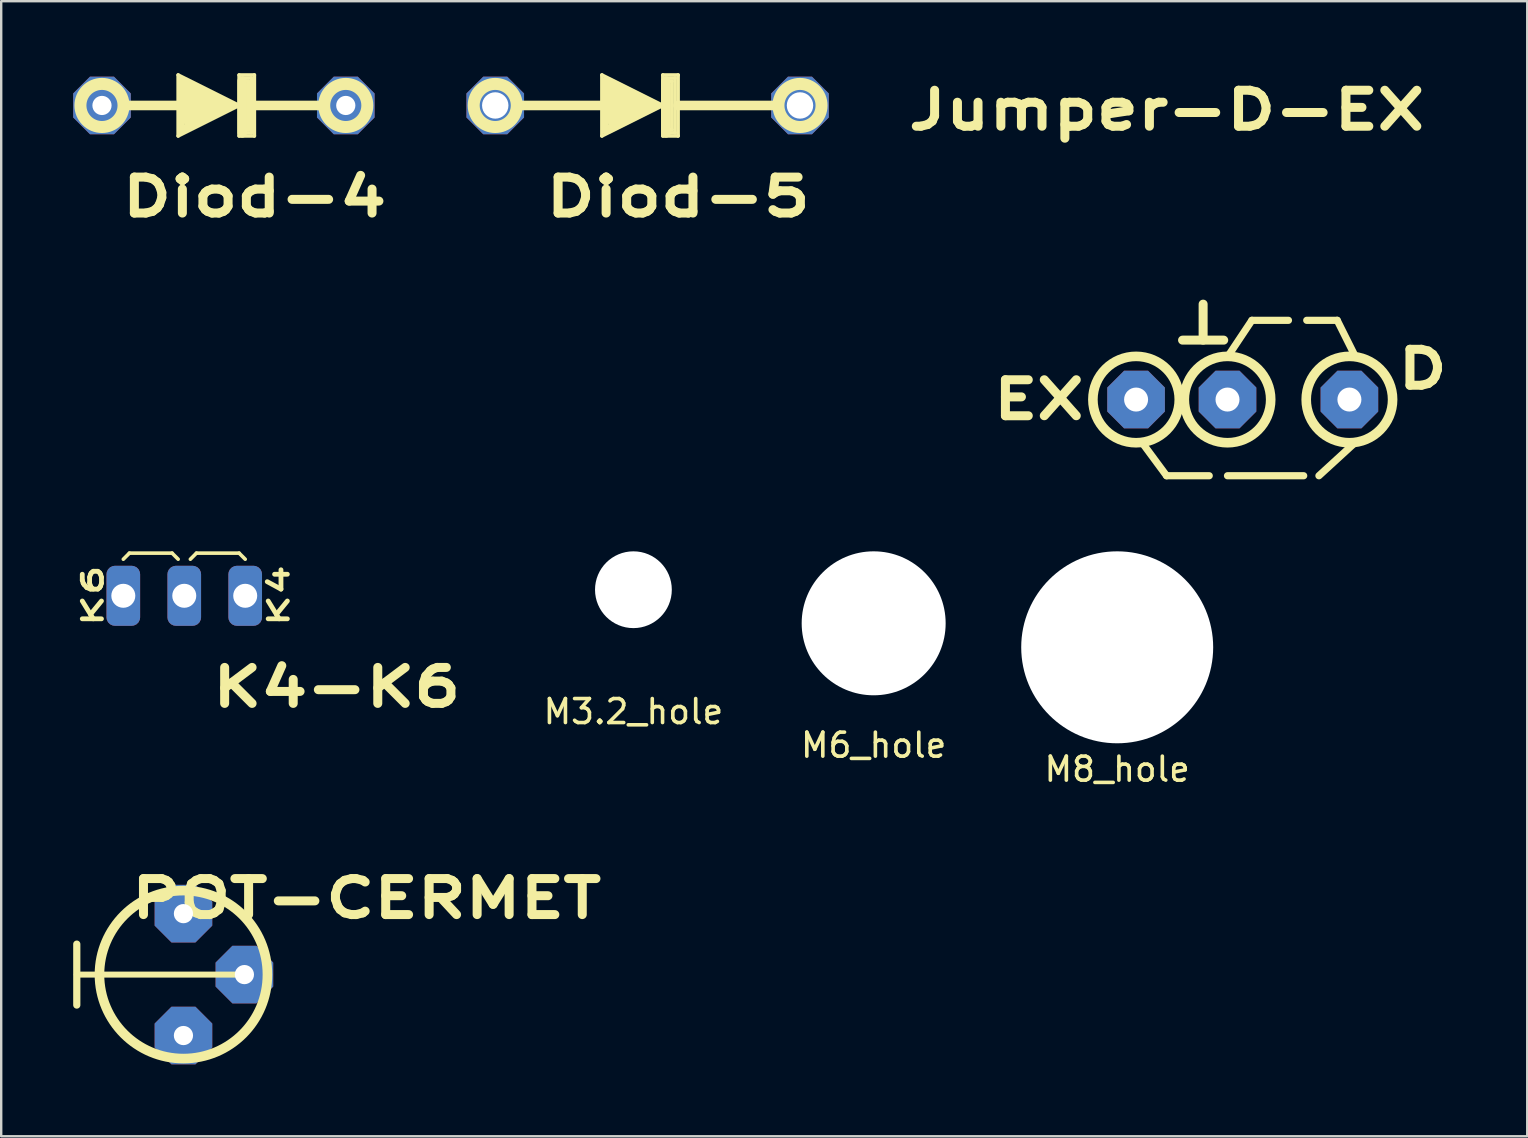
<source format=kicad_pcb>
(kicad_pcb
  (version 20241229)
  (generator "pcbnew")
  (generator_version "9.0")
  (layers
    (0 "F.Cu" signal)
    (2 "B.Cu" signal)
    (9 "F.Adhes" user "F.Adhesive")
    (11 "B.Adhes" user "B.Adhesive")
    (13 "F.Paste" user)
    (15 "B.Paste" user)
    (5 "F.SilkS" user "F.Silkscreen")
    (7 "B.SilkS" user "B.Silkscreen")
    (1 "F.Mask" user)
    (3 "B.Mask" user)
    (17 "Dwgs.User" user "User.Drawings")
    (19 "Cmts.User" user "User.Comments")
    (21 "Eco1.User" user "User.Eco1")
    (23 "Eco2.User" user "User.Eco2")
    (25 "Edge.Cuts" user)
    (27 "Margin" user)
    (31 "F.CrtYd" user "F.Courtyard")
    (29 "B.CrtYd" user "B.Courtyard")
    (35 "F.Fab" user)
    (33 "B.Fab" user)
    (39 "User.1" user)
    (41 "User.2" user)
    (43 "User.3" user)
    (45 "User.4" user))
  (footprint "Diod-4"
    (layer "F.Cu")
    (at 6.28 1.345)
    (property "Reference" "Diod-4" (at 1.27 3.81 0) (layer "F.SilkS") (effects (font (size 1.5 2) (thickness 0.375))))
    (attr through_hole)
    (fp_line (start -1.905 -1.27) (end -1.905 1.27) (stroke (width 0.15) (type solid)) (layer "F.SilkS"))
    (fp_line (start -1.905 1.27) (end 0.635 0) (stroke (width 0.15) (type solid)) (layer "F.SilkS"))
    (fp_line (start -1.778 -1.016) (end 0.254 0) (stroke (width 0.3) (type solid)) (layer "F.SilkS"))
    (fp_line (start -1.778 1.016) (end -1.778 -1.016) (stroke (width 0.3) (type solid)) (layer "F.SilkS"))
    (fp_line (start -1.524 -0.508) (end -1.524 0.381) (stroke (width 0.8) (type solid)) (layer "F.SilkS"))
    (fp_line (start -1.524 0.381) (end -0.635 0) (stroke (width 0.8) (type solid)) (layer "F.SilkS"))
    (fp_line (start -0.635 0) (end -1.524 -0.508) (stroke (width 0.8) (type solid)) (layer "F.SilkS"))
    (fp_line (start 0.254 0) (end -4.182 0) (stroke (width 0.4) (type solid)) (layer "F.SilkS"))
    (fp_line (start 0.254 0) (end -1.778 1.016) (stroke (width 0.3) (type solid)) (layer "F.SilkS"))
    (fp_line (start 0.381 0) (end 0.508 0) (stroke (width 0.15) (type solid)) (layer "F.SilkS"))
    (fp_line (start 0.635 -1.27) (end 1.27 -1.27) (stroke (width 0.15) (type solid)) (layer "F.SilkS"))
    (fp_line (start 0.635 0) (end -1.905 -1.27) (stroke (width 0.15) (type solid)) (layer "F.SilkS"))
    (fp_line (start 0.635 1.27) (end 0.635 -1.27) (stroke (width 0.15) (type solid)) (layer "F.SilkS"))
    (fp_line (start 0.762 -1.143) (end 1.143 -1.143) (stroke (width 0.15) (type solid)) (layer "F.SilkS"))
    (fp_line (start 0.762 -1.016) (end 1.016 -1.016) (stroke (width 0.15) (type solid)) (layer "F.SilkS"))
    (fp_line (start 0.762 1.143) (end 0.762 -1.016) (stroke (width 0.4) (type solid)) (layer "F.SilkS"))
    (fp_line (start 0.889 1.016) (end 0.889 -0.889) (stroke (width 0.15) (type solid)) (layer "F.SilkS"))
    (fp_line (start 1.016 -1.016) (end 1.016 1.016) (stroke (width 0.15) (type solid)) (layer "F.SilkS"))
    (fp_line (start 1.016 1.016) (end 0.889 1.016) (stroke (width 0.15) (type solid)) (layer "F.SilkS"))
    (fp_line (start 1.143 -1.143) (end 1.143 1.143) (stroke (width 0.15) (type solid)) (layer "F.SilkS"))
    (fp_line (start 1.143 1.143) (end 0.762 1.143) (stroke (width 0.15) (type solid)) (layer "F.SilkS"))
    (fp_line (start 1.27 -1.27) (end 1.27 1.27) (stroke (width 0.15) (type solid)) (layer "F.SilkS"))
    (fp_line (start 1.27 1.27) (end 0.635 1.27) (stroke (width 0.15) (type solid)) (layer "F.SilkS"))
    (fp_line (start 4.182 0) (end 1.27 0) (stroke (width 0.4) (type solid)) (layer "F.SilkS"))
    (fp_circle (center -5.08 0) (end -4.182 0) (stroke (width 0.5) (type solid)) (fill no) (layer "F.SilkS"))
    (fp_circle (center 5.08 0) (end 5.978 0) (stroke (width 0.5) (type solid)) (fill no) (layer "F.SilkS"))
    (pad "1" thru_hole custom (at 5.08 0) (size 1.524 1.524) (drill 0.8) (layers "*.Cu" "*.Mask") (options (anchor rect)) (primitives (gr_poly (pts (xy -1.2 0.5) (xy -1.2 -0.5) (xy -0.5 -1.2) (xy 0.5 -1.2) (xy 1.2 -0.5) (xy 1.2 0.5) (xy 0.5 1.2) (xy -0.5 1.2)) (width 0) (fill yes))))
    (pad "2" thru_hole custom (at -5.08 0) (size 1.524 1.524) (drill 0.8) (layers "*.Cu" "*.Mask") (options (anchor rect)) (primitives (gr_poly (pts (xy -1.2 0.5) (xy -1.2 -0.5) (xy -0.5 -1.2) (xy 0.5 -1.2) (xy 1.2 -0.5) (xy 1.2 0.5) (xy 0.5 1.2) (xy -0.5 1.2)) (width 0) (fill yes)))))
  (footprint "M3.2_hole"
    (layer "F.Cu")
    (at 23.347 21.526)
    (property "Reference" "M3.2_hole" (at 0 5.08 0) (unlocked yes) (layer "F.SilkS") (effects (font (size 1 1) (thickness 0.15))))
    (pad "" np_thru_hole circle (at 0 0) (size 3.2 3.2) (drill 3.2) (layers "*.Cu" "*.Mask")))
  (footprint "Jumper-D-EX"
    (layer "F.Cu")
    (at 45.565 13.601)
    (property "Reference" "Jumper-D-EX" (at 0 -12.065 0) (layer "F.SilkS") (effects (font (size 1.5 2) (thickness 0.375))))
    (attr through_hole)
    (fp_line (start -1.016 1.8) (end 0 3.175) (stroke (width 0.3) (type solid)) (layer "F.SilkS"))
    (fp_line (start 0 3.175) (end 1.778 3.175) (stroke (width 0.3) (type solid)) (layer "F.SilkS"))
    (fp_line (start 2.54 3.175) (end 5.715 3.175) (stroke (width 0.3) (type solid)) (layer "F.SilkS"))
    (fp_line (start 3.556 -3.302) (end 2.54 -1.778) (stroke (width 0.3) (type solid)) (layer "F.SilkS"))
    (fp_line (start 3.556 -3.302) (end 5.08 -3.302) (stroke (width 0.3) (type solid)) (layer "F.SilkS"))
    (fp_line (start 5.842 -3.302) (end 7.112 -3.302) (stroke (width 0.3) (type solid)) (layer "F.SilkS"))
    (fp_line (start 6.35 3.175) (end 7.874 1.778) (stroke (width 0.3) (type solid)) (layer "F.SilkS"))
    (fp_line (start 7.112 -3.302) (end 7.874 -1.778) (stroke (width 0.3) (type solid)) (layer "F.SilkS"))
    (fp_circle (center -1.27 0) (end 0.53 0) (stroke (width 0.4) (type solid)) (fill no) (layer "F.SilkS"))
    (fp_circle (center 2.54 0) (end 4.34 0) (stroke (width 0.4) (type solid)) (fill no) (layer "F.SilkS"))
    (fp_circle (center 7.62 0) (end 9.42 0) (stroke (width 0.4) (type solid)) (fill no) (layer "F.SilkS"))
    (fp_text user "EX" (at -5.334 0 0) (layer "F.SilkS") (effects (font (size 1.5 2) (thickness 0.375))))
    (fp_text user "D" (at 10.668 -1.27 0) (layer "F.SilkS") (effects (font (size 1.5 2) (thickness 0.375))))
    (fp_text user "T" (at 1.524 -3.302 180) (unlocked yes) (layer "F.SilkS") (effects (font (size 1.5 3) (thickness 0.375))))
    (pad "1" thru_hole custom (at -1.27 0) (size 1.524 1.524) (drill 1) (layers "*.Cu" "*.Mask") (options (anchor rect)) (primitives (gr_poly (pts (xy -1.2 0.5) (xy -1.2 -0.5) (xy -0.5 -1.2) (xy 0.5 -1.2) (xy 1.2 -0.5) (xy 1.2 0.5) (xy 0.5 1.2) (xy -0.5 1.2)) (width 0) (fill yes))))
    (pad "2" thru_hole custom (at 2.54 0) (size 1.524 1.524) (drill 1) (layers "*.Cu" "*.Mask") (options (anchor rect)) (primitives (gr_poly (pts (xy -1.2 0.5) (xy -1.2 -0.5) (xy -0.5 -1.2) (xy 0.5 -1.2) (xy 1.2 -0.5) (xy 1.2 0.5) (xy 0.5 1.2) (xy -0.5 1.2)) (width 0) (fill yes))))
    (pad "3" thru_hole custom (at 7.62 0) (size 1.524 1.524) (drill 1) (layers "*.Cu" "*.Mask") (options (anchor rect)) (primitives (gr_poly (pts (xy -1.2 0.5) (xy -1.2 -0.5) (xy -0.5 -1.2) (xy 0.5 -1.2) (xy 1.2 -0.5) (xy 1.2 0.5) (xy 0.5 1.2) (xy -0.5 1.2)) (width 0) (fill yes)))))
  (footprint "Diod-5"
    (layer "F.Cu")
    (at 23.939 1.345)
    (property "Reference" "Diod-5" (at 1.27 3.81 0) (layer "F.SilkS") (effects (font (size 1.5 2) (thickness 0.375))))
    (attr through_hole)
    (fp_line (start -1.905 -1.27) (end -1.905 1.27) (stroke (width 0.15) (type solid)) (layer "F.SilkS"))
    (fp_line (start -1.905 1.27) (end 0.635 0) (stroke (width 0.15) (type solid)) (layer "F.SilkS"))
    (fp_line (start -1.778 -1.016) (end 0.254 0) (stroke (width 0.3) (type solid)) (layer "F.SilkS"))
    (fp_line (start -1.778 1.016) (end -1.778 -1.016) (stroke (width 0.3) (type solid)) (layer "F.SilkS"))
    (fp_line (start -1.524 -0.508) (end -1.524 0.381) (stroke (width 0.8) (type solid)) (layer "F.SilkS"))
    (fp_line (start -1.524 0.381) (end -0.635 0) (stroke (width 0.8) (type solid)) (layer "F.SilkS"))
    (fp_line (start -0.635 0) (end -1.524 -0.508) (stroke (width 0.8) (type solid)) (layer "F.SilkS"))
    (fp_line (start 0.254 0) (end -5.452 0) (stroke (width 0.4) (type solid)) (layer "F.SilkS"))
    (fp_line (start 0.254 0) (end -1.778 1.016) (stroke (width 0.3) (type solid)) (layer "F.SilkS"))
    (fp_line (start 0.381 0) (end 0.508 0) (stroke (width 0.15) (type solid)) (layer "F.SilkS"))
    (fp_line (start 0.635 -1.27) (end 1.27 -1.27) (stroke (width 0.15) (type solid)) (layer "F.SilkS"))
    (fp_line (start 0.635 0) (end -1.905 -1.27) (stroke (width 0.15) (type solid)) (layer "F.SilkS"))
    (fp_line (start 0.635 1.27) (end 0.635 -1.27) (stroke (width 0.15) (type solid)) (layer "F.SilkS"))
    (fp_line (start 0.762 -1.143) (end 1.143 -1.143) (stroke (width 0.15) (type solid)) (layer "F.SilkS"))
    (fp_line (start 0.762 -1.016) (end 1.016 -1.016) (stroke (width 0.15) (type solid)) (layer "F.SilkS"))
    (fp_line (start 0.762 1.143) (end 0.762 -1.016) (stroke (width 0.4) (type solid)) (layer "F.SilkS"))
    (fp_line (start 0.889 1.016) (end 0.889 -0.889) (stroke (width 0.15) (type solid)) (layer "F.SilkS"))
    (fp_line (start 1.016 -1.016) (end 1.016 1.016) (stroke (width 0.15) (type solid)) (layer "F.SilkS"))
    (fp_line (start 1.016 1.016) (end 0.889 1.016) (stroke (width 0.15) (type solid)) (layer "F.SilkS"))
    (fp_line (start 1.143 -1.143) (end 1.143 1.143) (stroke (width 0.15) (type solid)) (layer "F.SilkS"))
    (fp_line (start 1.143 1.143) (end 0.762 1.143) (stroke (width 0.15) (type solid)) (layer "F.SilkS"))
    (fp_line (start 1.27 -1.27) (end 1.27 1.27) (stroke (width 0.15) (type solid)) (layer "F.SilkS"))
    (fp_line (start 1.27 1.27) (end 0.635 1.27) (stroke (width 0.15) (type solid)) (layer "F.SilkS"))
    (fp_line (start 5.452 0) (end 1.27 0) (stroke (width 0.4) (type solid)) (layer "F.SilkS"))
    (fp_circle (center -6.35 0) (end -5.452 0) (stroke (width 0.5) (type solid)) (fill no) (layer "F.SilkS"))
    (fp_circle (center 6.35 0) (end 7.248 0) (stroke (width 0.5) (type solid)) (fill no) (layer "F.SilkS"))
    (pad "1" thru_hole custom (at 6.35 0) (size 1.524 1.524) (drill 1.1) (layers "*.Cu" "*.Mask") (options (anchor rect)) (primitives (gr_poly (pts (xy 1.2 -0.5) (xy 1.2 0.5) (xy 0.5 1.2) (xy -0.5 1.2) (xy -1.2 0.5) (xy -1.2 -0.5) (xy -0.5 -1.2) (xy 0.5 -1.2)) (width 0) (fill yes))))
    (pad "2" thru_hole custom (at -6.35 0) (size 1.524 1.524) (drill 1.1) (layers "*.Cu" "*.Mask") (options (anchor rect)) (primitives (gr_poly (pts (xy 1.2 -0.5) (xy 1.2 0.5) (xy 0.5 1.2) (xy -0.5 1.2) (xy -1.2 0.5) (xy -1.2 -0.5) (xy -0.5 -1.2) (xy 0.5 -1.2)) (width 0) (fill yes)))))
  (footprint "M8_hole"
    (layer "F.Cu")
    (at 43.508 23.926)
    (property "Reference" "M8_hole" (at 0 5.08 0) (unlocked yes) (layer "F.SilkS") (effects (font (size 1 1) (thickness 0.15))))
    (pad "" np_thru_hole circle (at 0 0) (size 8 8) (drill 8) (layers "*.Cu" "*.Mask")))
  (footprint "K4-K6"
    (layer "F.Cu")
    (at 9.709 25.589)
    (property "Reference" "K4-K6" (at 1.27 0 0) (layer "F.SilkS") (effects (font (size 1.5 2) (thickness 0.375))))
    (attr through_hole)
    (fp_line (start -7.62 -5.334) (end -7.366 -5.588) (stroke (width 0.15) (type solid)) (layer "F.SilkS"))
    (fp_line (start -7.366 -5.588) (end -5.588 -5.588) (stroke (width 0.15) (type solid)) (layer "F.SilkS"))
    (fp_line (start -5.588 -5.588) (end -5.334 -5.334) (stroke (width 0.15) (type solid)) (layer "F.SilkS"))
    (fp_line (start -4.826 -5.334) (end -4.572 -5.588) (stroke (width 0.15) (type solid)) (layer "F.SilkS"))
    (fp_line (start -4.572 -5.588) (end -2.794 -5.588) (stroke (width 0.15) (type solid)) (layer "F.SilkS"))
    (fp_line (start -2.794 -5.588) (end -2.54 -5.334) (stroke (width 0.15) (type solid)) (layer "F.SilkS"))
    (fp_text user "K4" (at -1.143 -3.81 90) (layer "F.SilkS") (effects (font (size 0.8 1.3) (thickness 0.2))))
    (fp_text user "K6" (at -8.89 -3.81 90) (layer "F.SilkS") (effects (font (size 0.8 1.3) (thickness 0.2))))
    (pad "1" thru_hole roundrect (at -7.62 -3.81) (size 1.4 2.5) (drill 1) (layers "*.Cu" "*.Mask") (roundrect_rratio 0.25))
    (pad "2" thru_hole roundrect (at -5.08 -3.81) (size 1.4 2.5) (drill 1) (layers "*.Cu" "*.Mask") (roundrect_rratio 0.25))
    (pad "3" thru_hole roundrect (at -2.54 -3.81) (size 1.4 2.5) (drill 1) (layers "*.Cu" "*.Mask") (roundrect_rratio 0.25)))
  (footprint "POT-CERMET"
    (layer "F.Cu")
    (at 4.595 37.565)
    (property "Reference" "POT-CERMET" (at 7.62 -3.175 0) (layer "F.SilkS") (effects (font (size 1.5 2) (thickness 0.375))))
    (attr through_hole)
    (fp_line (start -4.445 -1.27) (end -4.445 1.27) (stroke (width 0.3) (type solid)) (layer "F.SilkS"))
    (fp_line (start 2.54 0) (end -4.445 0) (stroke (width 0.25) (type solid)) (layer "F.SilkS"))
    (fp_circle (center 0 0) (end 3.5 0) (stroke (width 0.4) (type solid)) (fill no) (layer "F.SilkS"))
    (pad "1" thru_hole custom (at 0 -2.54) (size 1.524 1.524) (drill 0.8) (layers "*.Cu" "*.Mask") (options (anchor rect)) (primitives (gr_poly (pts (xy -1.2 0.5) (xy -1.2 -0.5) (xy -0.5 -1.2) (xy 0.5 -1.2) (xy 1.2 -0.5) (xy 1.2 0.5) (xy 0.5 1.2) (xy -0.5 1.2)) (width 0) (fill yes))))
    (pad "2" thru_hole custom (at 2.54 0) (size 1.524 1.524) (drill 0.8) (layers "*.Cu" "*.Mask") (options (anchor rect)) (primitives (gr_poly (pts (xy -1.2 0.5) (xy -1.2 -0.5) (xy -0.5 -1.2) (xy 0.5 -1.2) (xy 1.2 -0.5) (xy 1.2 0.5) (xy 0.5 1.2) (xy -0.5 1.2)) (width 0) (fill yes))))
    (pad "3" thru_hole custom (at 0 2.54) (size 1.524 1.524) (drill 0.8) (layers "*.Cu" "*.Mask") (options (anchor rect)) (primitives (gr_poly (pts (xy -1.2 0.5) (xy -1.2 -0.5) (xy -0.5 -1.2) (xy 0.5 -1.2) (xy 1.2 -0.5) (xy 1.2 0.5) (xy 0.5 1.2) (xy -0.5 1.2)) (width 0) (fill yes)))))
  (footprint "M6_hole"
    (layer "F.Cu")
    (at 33.359 22.926)
    (property "Reference" "M6_hole" (at 0 5.08 0) (unlocked yes) (layer "F.SilkS") (effects (font (size 1 1) (thickness 0.15))))
    (pad "" np_thru_hole circle (at 0 0) (size 6 6) (drill 6) (layers "*.Cu" "*.Mask")))
  (gr_rect
    (start -3 -3)
    (end 60.596 44.304)
    (stroke (width 0.1) (type default))
    (fill no)
    (layer "Edge.Cuts")))
</source>
